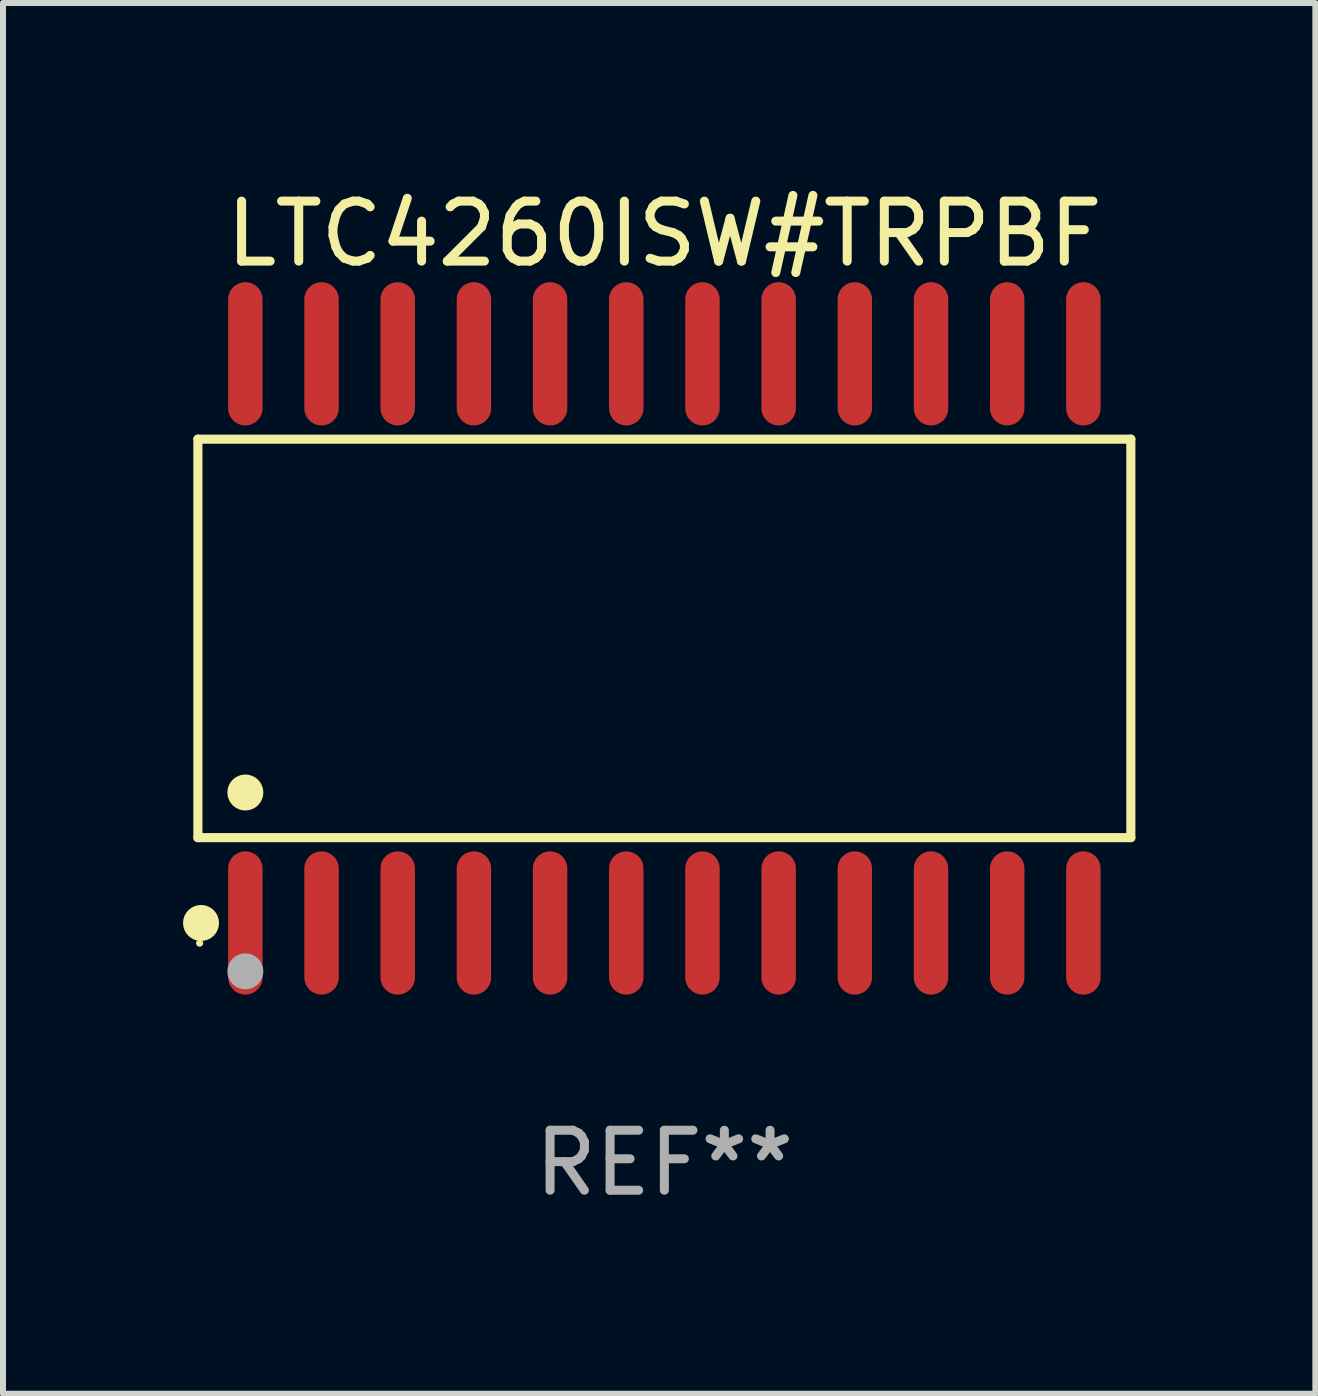
<source format=kicad_pcb>
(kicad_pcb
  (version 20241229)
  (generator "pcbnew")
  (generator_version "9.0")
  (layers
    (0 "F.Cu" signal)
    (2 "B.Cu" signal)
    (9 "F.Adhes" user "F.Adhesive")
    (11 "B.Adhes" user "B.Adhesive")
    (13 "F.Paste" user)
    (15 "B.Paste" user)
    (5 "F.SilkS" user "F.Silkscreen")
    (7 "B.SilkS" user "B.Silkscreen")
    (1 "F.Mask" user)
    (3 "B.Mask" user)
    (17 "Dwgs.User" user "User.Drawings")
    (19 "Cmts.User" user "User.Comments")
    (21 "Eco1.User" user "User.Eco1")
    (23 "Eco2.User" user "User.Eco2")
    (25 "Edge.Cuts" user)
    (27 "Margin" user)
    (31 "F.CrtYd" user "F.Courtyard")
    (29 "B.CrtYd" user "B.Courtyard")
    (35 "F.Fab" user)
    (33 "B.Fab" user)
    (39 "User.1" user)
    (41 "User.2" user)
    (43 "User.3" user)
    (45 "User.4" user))
  (footprint "LTC4260ISW#TRPBF"
    (layer "F.Cu")
    (at 8.025 7.592)
    (property "Reference" "LTC4260ISW#TRPBF" (at 0 -6.744 0) (layer "F.SilkS") (effects (font (size 1 1) (thickness 0.15))))
    (attr through_hole)
    (fp_line (start -7.776 -3.321) (end 7.776 -3.321) (stroke (width 0.152) (type solid)) (layer "F.SilkS"))
    (fp_line (start -7.776 3.321) (end -7.776 -3.321) (stroke (width 0.152) (type solid)) (layer "F.SilkS"))
    (fp_line (start 7.776 -3.321) (end 7.776 3.321) (stroke (width 0.152) (type solid)) (layer "F.SilkS"))
    (fp_line (start 7.776 3.321) (end -7.776 3.321) (stroke (width 0.152) (type solid)) (layer "F.SilkS"))
    (fp_circle (center -7.747 5.08) (end -7.717 5.08) (stroke (width 0.06) (type solid)) (fill no) (layer "F.SilkS"))
    (fp_circle (center -7.724 4.744) (end -7.574 4.744) (stroke (width 0.3) (type solid)) (fill no) (layer "F.SilkS"))
    (fp_circle (center -6.985 2.569) (end -6.835 2.569) (stroke (width 0.3) (type solid)) (fill no) (layer "F.SilkS"))
    (fp_circle (center -6.985 5.55) (end -6.835 5.55) (stroke (width 0.3) (type solid)) (fill no) (layer "F.Fab"))
    (fp_text user "REF**" (at 0 8.744 0) (layer "F.Fab") (effects (font (size 1 1) (thickness 0.15))))
    (pad "1" smd oval (at -6.985 4.744) (size 0.574 2.388) (layers "F.Cu" "F.Mask" "F.Paste"))
    (pad "2" smd oval (at -5.715 4.744) (size 0.574 2.388) (layers "F.Cu" "F.Mask" "F.Paste"))
    (pad "3" smd oval (at -4.445 4.744) (size 0.574 2.388) (layers "F.Cu" "F.Mask" "F.Paste"))
    (pad "4" smd oval (at -3.175 4.744) (size 0.574 2.388) (layers "F.Cu" "F.Mask" "F.Paste"))
    (pad "5" smd oval (at -1.905 4.744) (size 0.574 2.388) (layers "F.Cu" "F.Mask" "F.Paste"))
    (pad "6" smd oval (at -0.635 4.744) (size 0.574 2.388) (layers "F.Cu" "F.Mask" "F.Paste"))
    (pad "7" smd oval (at 0.635 4.744) (size 0.574 2.388) (layers "F.Cu" "F.Mask" "F.Paste"))
    (pad "8" smd oval (at 1.905 4.744) (size 0.574 2.388) (layers "F.Cu" "F.Mask" "F.Paste"))
    (pad "9" smd oval (at 3.175 4.744) (size 0.574 2.388) (layers "F.Cu" "F.Mask" "F.Paste"))
    (pad "10" smd oval (at 4.445 4.744) (size 0.574 2.388) (layers "F.Cu" "F.Mask" "F.Paste"))
    (pad "11" smd oval (at 5.715 4.744) (size 0.574 2.388) (layers "F.Cu" "F.Mask" "F.Paste"))
    (pad "12" smd oval (at 6.985 4.744) (size 0.574 2.388) (layers "F.Cu" "F.Mask" "F.Paste"))
    (pad "13" smd oval (at 6.985 -4.744) (size 0.574 2.388) (layers "F.Cu" "F.Mask" "F.Paste"))
    (pad "14" smd oval (at 5.715 -4.744) (size 0.574 2.388) (layers "F.Cu" "F.Mask" "F.Paste"))
    (pad "15" smd oval (at 4.445 -4.744) (size 0.574 2.388) (layers "F.Cu" "F.Mask" "F.Paste"))
    (pad "16" smd oval (at 3.175 -4.744) (size 0.574 2.388) (layers "F.Cu" "F.Mask" "F.Paste"))
    (pad "17" smd oval (at 1.905 -4.744) (size 0.574 2.388) (layers "F.Cu" "F.Mask" "F.Paste"))
    (pad "18" smd oval (at 0.635 -4.744) (size 0.574 2.388) (layers "F.Cu" "F.Mask" "F.Paste"))
    (pad "19" smd oval (at -0.635 -4.744) (size 0.574 2.388) (layers "F.Cu" "F.Mask" "F.Paste"))
    (pad "20" smd oval (at -1.905 -4.744) (size 0.574 2.388) (layers "F.Cu" "F.Mask" "F.Paste"))
    (pad "21" smd oval (at -3.175 -4.744) (size 0.574 2.388) (layers "F.Cu" "F.Mask" "F.Paste"))
    (pad "22" smd oval (at -4.445 -4.744) (size 0.574 2.388) (layers "F.Cu" "F.Mask" "F.Paste"))
    (pad "23" smd oval (at -5.715 -4.744) (size 0.574 2.388) (layers "F.Cu" "F.Mask" "F.Paste"))
    (pad "24" smd oval (at -6.985 -4.744) (size 0.574 2.388) (layers "F.Cu" "F.Mask" "F.Paste")))
  (gr_rect
    (start -3 -3)
    (end 18.877 20.184)
    (stroke (width 0.1) (type default))
    (fill no)
    (layer "Edge.Cuts")))
</source>
